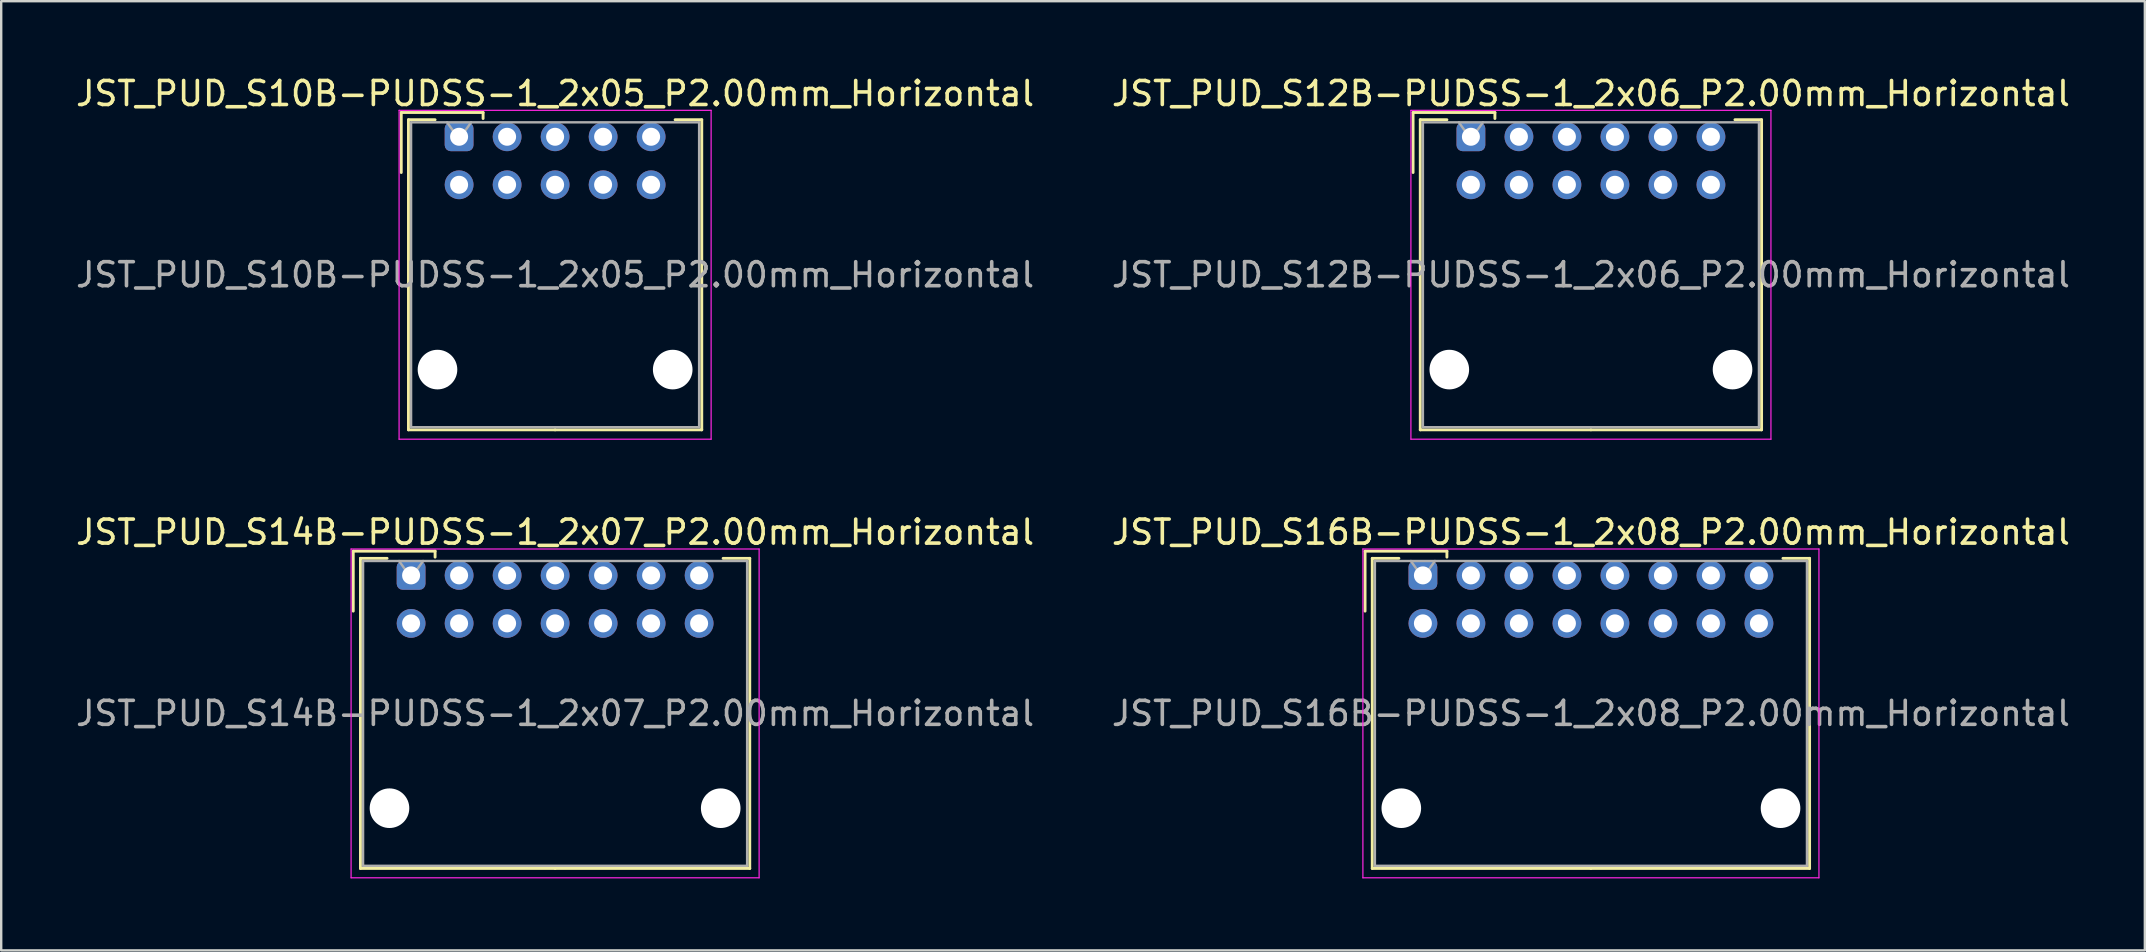
<source format=kicad_pcb>
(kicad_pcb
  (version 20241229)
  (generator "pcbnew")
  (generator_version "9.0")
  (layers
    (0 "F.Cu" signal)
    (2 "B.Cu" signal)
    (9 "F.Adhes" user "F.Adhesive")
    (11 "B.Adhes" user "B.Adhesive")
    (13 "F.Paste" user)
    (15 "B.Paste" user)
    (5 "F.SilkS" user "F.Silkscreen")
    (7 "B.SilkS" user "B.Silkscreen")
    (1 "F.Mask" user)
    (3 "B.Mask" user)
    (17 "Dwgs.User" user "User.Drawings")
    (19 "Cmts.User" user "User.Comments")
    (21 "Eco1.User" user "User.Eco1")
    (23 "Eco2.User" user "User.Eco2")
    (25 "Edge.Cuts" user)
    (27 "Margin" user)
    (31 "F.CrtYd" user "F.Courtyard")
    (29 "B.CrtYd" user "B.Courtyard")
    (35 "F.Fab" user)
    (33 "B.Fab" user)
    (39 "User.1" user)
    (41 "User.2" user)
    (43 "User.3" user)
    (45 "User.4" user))
  (footprint "JST_PUD_S12B-PUDSS-1_2x06_P2.00mm_Horizontal"
    (layer "F.Cu")
    (at 58.232 2.648)
    (property "Reference" "JST_PUD_S12B-PUDSS-1_2x06_P2.00mm_Horizontal" (at 5 -1.8 0) (layer "F.SilkS") (effects (font (size 1 1) (thickness 0.15))))
    (attr through_hole)
    (fp_line (start -2.41 -1.01) (end -2.41 1.49) (stroke (width 0.12) (type solid)) (layer "F.SilkS"))
    (fp_line (start -2.11 -0.71) (end -2.11 12.21) (stroke (width 0.12) (type solid)) (layer "F.SilkS"))
    (fp_line (start -2.11 12.21) (end 5 12.21) (stroke (width 0.12) (type solid)) (layer "F.SilkS"))
    (fp_line (start -1 -0.71) (end -2.11 -0.71) (stroke (width 0.12) (type solid)) (layer "F.SilkS"))
    (fp_line (start 1 -1.01) (end -2.41 -1.01) (stroke (width 0.12) (type solid)) (layer "F.SilkS"))
    (fp_line (start 1 -0.76) (end 1 -1.01) (stroke (width 0.12) (type solid)) (layer "F.SilkS"))
    (fp_line (start 11 -0.71) (end 12.11 -0.71) (stroke (width 0.12) (type solid)) (layer "F.SilkS"))
    (fp_line (start 12.11 -0.71) (end 12.11 12.21) (stroke (width 0.12) (type solid)) (layer "F.SilkS"))
    (fp_line (start 12.11 12.21) (end 5 12.21) (stroke (width 0.12) (type solid)) (layer "F.SilkS"))
    (fp_line (start -2.5 -1.1) (end -2.5 12.6) (stroke (width 0.05) (type solid)) (layer "F.CrtYd"))
    (fp_line (start -2.5 12.6) (end 12.5 12.6) (stroke (width 0.05) (type solid)) (layer "F.CrtYd"))
    (fp_line (start 12.5 -1.1) (end -2.5 -1.1) (stroke (width 0.05) (type solid)) (layer "F.CrtYd"))
    (fp_line (start 12.5 12.6) (end 12.5 -1.1) (stroke (width 0.05) (type solid)) (layer "F.CrtYd"))
    (fp_line (start -2 -0.6) (end -2 12.1) (stroke (width 0.1) (type solid)) (layer "F.Fab"))
    (fp_line (start -2 12.1) (end 12 12.1) (stroke (width 0.1) (type solid)) (layer "F.Fab"))
    (fp_line (start 0 0.107) (end -0.5 -0.6) (stroke (width 0.1) (type solid)) (layer "F.Fab"))
    (fp_line (start 0.5 -0.6) (end 0 0.107) (stroke (width 0.1) (type solid)) (layer "F.Fab"))
    (fp_line (start 12 -0.6) (end -2 -0.6) (stroke (width 0.1) (type solid)) (layer "F.Fab"))
    (fp_line (start 12 12.1) (end 12 -0.6) (stroke (width 0.1) (type solid)) (layer "F.Fab"))
    (fp_text user "${REFERENCE}" (at 5 5.75 0) (layer "F.Fab") (effects (font (size 1 1) (thickness 0.15))))
    (pad "" np_thru_hole circle (at -0.9 9.7) (size 1.65 1.65) (drill 1.65) (layers "*.Cu" "*.Mask"))
    (pad "" np_thru_hole circle (at 10.9 9.7) (size 1.65 1.65) (drill 1.65) (layers "*.Cu" "*.Mask"))
    (pad "1" thru_hole roundrect (at 0 0) (size 1.2 1.2) (drill 0.75) (layers "*.Cu" "*.Mask") (roundrect_rratio 0.208))
    (pad "2" thru_hole circle (at 0 2) (size 1.2 1.2) (drill 0.75) (layers "*.Cu" "*.Mask"))
    (pad "3" thru_hole circle (at 2 0) (size 1.2 1.2) (drill 0.75) (layers "*.Cu" "*.Mask"))
    (pad "4" thru_hole circle (at 2 2) (size 1.2 1.2) (drill 0.75) (layers "*.Cu" "*.Mask"))
    (pad "5" thru_hole circle (at 4 0) (size 1.2 1.2) (drill 0.75) (layers "*.Cu" "*.Mask"))
    (pad "6" thru_hole circle (at 4 2) (size 1.2 1.2) (drill 0.75) (layers "*.Cu" "*.Mask"))
    (pad "7" thru_hole circle (at 6 0) (size 1.2 1.2) (drill 0.75) (layers "*.Cu" "*.Mask"))
    (pad "8" thru_hole circle (at 6 2) (size 1.2 1.2) (drill 0.75) (layers "*.Cu" "*.Mask"))
    (pad "9" thru_hole circle (at 8 0) (size 1.2 1.2) (drill 0.75) (layers "*.Cu" "*.Mask"))
    (pad "10" thru_hole circle (at 8 2) (size 1.2 1.2) (drill 0.75) (layers "*.Cu" "*.Mask"))
    (pad "11" thru_hole circle (at 10 0) (size 1.2 1.2) (drill 0.75) (layers "*.Cu" "*.Mask"))
    (pad "12" thru_hole circle (at 10 2) (size 1.2 1.2) (drill 0.75) (layers "*.Cu" "*.Mask")))
  (footprint "JST_PUD_S10B-PUDSS-1_2x05_P2.00mm_Horizontal"
    (layer "F.Cu")
    (at 16.077 2.648)
    (property "Reference" "JST_PUD_S10B-PUDSS-1_2x05_P2.00mm_Horizontal" (at 4 -1.8 0) (layer "F.SilkS") (effects (font (size 1 1) (thickness 0.15))))
    (attr through_hole)
    (fp_line (start -2.41 -1.01) (end -2.41 1.49) (stroke (width 0.12) (type solid)) (layer "F.SilkS"))
    (fp_line (start -2.11 -0.71) (end -2.11 12.21) (stroke (width 0.12) (type solid)) (layer "F.SilkS"))
    (fp_line (start -2.11 12.21) (end 4 12.21) (stroke (width 0.12) (type solid)) (layer "F.SilkS"))
    (fp_line (start -1 -0.71) (end -2.11 -0.71) (stroke (width 0.12) (type solid)) (layer "F.SilkS"))
    (fp_line (start 1 -1.01) (end -2.41 -1.01) (stroke (width 0.12) (type solid)) (layer "F.SilkS"))
    (fp_line (start 1 -0.76) (end 1 -1.01) (stroke (width 0.12) (type solid)) (layer "F.SilkS"))
    (fp_line (start 9 -0.71) (end 10.11 -0.71) (stroke (width 0.12) (type solid)) (layer "F.SilkS"))
    (fp_line (start 10.11 -0.71) (end 10.11 12.21) (stroke (width 0.12) (type solid)) (layer "F.SilkS"))
    (fp_line (start 10.11 12.21) (end 4 12.21) (stroke (width 0.12) (type solid)) (layer "F.SilkS"))
    (fp_line (start -2.5 -1.1) (end -2.5 12.6) (stroke (width 0.05) (type solid)) (layer "F.CrtYd"))
    (fp_line (start -2.5 12.6) (end 10.5 12.6) (stroke (width 0.05) (type solid)) (layer "F.CrtYd"))
    (fp_line (start 10.5 -1.1) (end -2.5 -1.1) (stroke (width 0.05) (type solid)) (layer "F.CrtYd"))
    (fp_line (start 10.5 12.6) (end 10.5 -1.1) (stroke (width 0.05) (type solid)) (layer "F.CrtYd"))
    (fp_line (start -2 -0.6) (end -2 12.1) (stroke (width 0.1) (type solid)) (layer "F.Fab"))
    (fp_line (start -2 12.1) (end 10 12.1) (stroke (width 0.1) (type solid)) (layer "F.Fab"))
    (fp_line (start 0 0.107) (end -0.5 -0.6) (stroke (width 0.1) (type solid)) (layer "F.Fab"))
    (fp_line (start 0.5 -0.6) (end 0 0.107) (stroke (width 0.1) (type solid)) (layer "F.Fab"))
    (fp_line (start 10 -0.6) (end -2 -0.6) (stroke (width 0.1) (type solid)) (layer "F.Fab"))
    (fp_line (start 10 12.1) (end 10 -0.6) (stroke (width 0.1) (type solid)) (layer "F.Fab"))
    (fp_text user "${REFERENCE}" (at 4 5.75 0) (layer "F.Fab") (effects (font (size 1 1) (thickness 0.15))))
    (pad "" np_thru_hole circle (at -0.9 9.7) (size 1.65 1.65) (drill 1.65) (layers "*.Cu" "*.Mask"))
    (pad "" np_thru_hole circle (at 8.9 9.7) (size 1.65 1.65) (drill 1.65) (layers "*.Cu" "*.Mask"))
    (pad "1" thru_hole roundrect (at 0 0) (size 1.2 1.2) (drill 0.75) (layers "*.Cu" "*.Mask") (roundrect_rratio 0.208))
    (pad "2" thru_hole circle (at 0 2) (size 1.2 1.2) (drill 0.75) (layers "*.Cu" "*.Mask"))
    (pad "3" thru_hole circle (at 2 0) (size 1.2 1.2) (drill 0.75) (layers "*.Cu" "*.Mask"))
    (pad "4" thru_hole circle (at 2 2) (size 1.2 1.2) (drill 0.75) (layers "*.Cu" "*.Mask"))
    (pad "5" thru_hole circle (at 4 0) (size 1.2 1.2) (drill 0.75) (layers "*.Cu" "*.Mask"))
    (pad "6" thru_hole circle (at 4 2) (size 1.2 1.2) (drill 0.75) (layers "*.Cu" "*.Mask"))
    (pad "7" thru_hole circle (at 6 0) (size 1.2 1.2) (drill 0.75) (layers "*.Cu" "*.Mask"))
    (pad "8" thru_hole circle (at 6 2) (size 1.2 1.2) (drill 0.75) (layers "*.Cu" "*.Mask"))
    (pad "9" thru_hole circle (at 8 0) (size 1.2 1.2) (drill 0.75) (layers "*.Cu" "*.Mask"))
    (pad "10" thru_hole circle (at 8 2) (size 1.2 1.2) (drill 0.75) (layers "*.Cu" "*.Mask")))
  (footprint "JST_PUD_S14B-PUDSS-1_2x07_P2.00mm_Horizontal"
    (layer "F.Cu")
    (at 14.077 20.922)
    (property "Reference" "JST_PUD_S14B-PUDSS-1_2x07_P2.00mm_Horizontal" (at 6 -1.8 0) (layer "F.SilkS") (effects (font (size 1 1) (thickness 0.15))))
    (attr through_hole)
    (fp_line (start -2.41 -1.01) (end -2.41 1.49) (stroke (width 0.12) (type solid)) (layer "F.SilkS"))
    (fp_line (start -2.11 -0.71) (end -2.11 12.21) (stroke (width 0.12) (type solid)) (layer "F.SilkS"))
    (fp_line (start -2.11 12.21) (end 6 12.21) (stroke (width 0.12) (type solid)) (layer "F.SilkS"))
    (fp_line (start -1 -0.71) (end -2.11 -0.71) (stroke (width 0.12) (type solid)) (layer "F.SilkS"))
    (fp_line (start 1 -1.01) (end -2.41 -1.01) (stroke (width 0.12) (type solid)) (layer "F.SilkS"))
    (fp_line (start 1 -0.76) (end 1 -1.01) (stroke (width 0.12) (type solid)) (layer "F.SilkS"))
    (fp_line (start 13 -0.71) (end 14.11 -0.71) (stroke (width 0.12) (type solid)) (layer "F.SilkS"))
    (fp_line (start 14.11 -0.71) (end 14.11 12.21) (stroke (width 0.12) (type solid)) (layer "F.SilkS"))
    (fp_line (start 14.11 12.21) (end 6 12.21) (stroke (width 0.12) (type solid)) (layer "F.SilkS"))
    (fp_line (start -2.5 -1.1) (end -2.5 12.6) (stroke (width 0.05) (type solid)) (layer "F.CrtYd"))
    (fp_line (start -2.5 12.6) (end 14.5 12.6) (stroke (width 0.05) (type solid)) (layer "F.CrtYd"))
    (fp_line (start 14.5 -1.1) (end -2.5 -1.1) (stroke (width 0.05) (type solid)) (layer "F.CrtYd"))
    (fp_line (start 14.5 12.6) (end 14.5 -1.1) (stroke (width 0.05) (type solid)) (layer "F.CrtYd"))
    (fp_line (start -2 -0.6) (end -2 12.1) (stroke (width 0.1) (type solid)) (layer "F.Fab"))
    (fp_line (start -2 12.1) (end 14 12.1) (stroke (width 0.1) (type solid)) (layer "F.Fab"))
    (fp_line (start 0 0.107) (end -0.5 -0.6) (stroke (width 0.1) (type solid)) (layer "F.Fab"))
    (fp_line (start 0.5 -0.6) (end 0 0.107) (stroke (width 0.1) (type solid)) (layer "F.Fab"))
    (fp_line (start 14 -0.6) (end -2 -0.6) (stroke (width 0.1) (type solid)) (layer "F.Fab"))
    (fp_line (start 14 12.1) (end 14 -0.6) (stroke (width 0.1) (type solid)) (layer "F.Fab"))
    (fp_text user "${REFERENCE}" (at 6 5.75 0) (layer "F.Fab") (effects (font (size 1 1) (thickness 0.15))))
    (pad "" np_thru_hole circle (at -0.9 9.7) (size 1.65 1.65) (drill 1.65) (layers "*.Cu" "*.Mask"))
    (pad "" np_thru_hole circle (at 12.9 9.7) (size 1.65 1.65) (drill 1.65) (layers "*.Cu" "*.Mask"))
    (pad "1" thru_hole roundrect (at 0 0) (size 1.2 1.2) (drill 0.75) (layers "*.Cu" "*.Mask") (roundrect_rratio 0.208))
    (pad "2" thru_hole circle (at 0 2) (size 1.2 1.2) (drill 0.75) (layers "*.Cu" "*.Mask"))
    (pad "3" thru_hole circle (at 2 0) (size 1.2 1.2) (drill 0.75) (layers "*.Cu" "*.Mask"))
    (pad "4" thru_hole circle (at 2 2) (size 1.2 1.2) (drill 0.75) (layers "*.Cu" "*.Mask"))
    (pad "5" thru_hole circle (at 4 0) (size 1.2 1.2) (drill 0.75) (layers "*.Cu" "*.Mask"))
    (pad "6" thru_hole circle (at 4 2) (size 1.2 1.2) (drill 0.75) (layers "*.Cu" "*.Mask"))
    (pad "7" thru_hole circle (at 6 0) (size 1.2 1.2) (drill 0.75) (layers "*.Cu" "*.Mask"))
    (pad "8" thru_hole circle (at 6 2) (size 1.2 1.2) (drill 0.75) (layers "*.Cu" "*.Mask"))
    (pad "9" thru_hole circle (at 8 0) (size 1.2 1.2) (drill 0.75) (layers "*.Cu" "*.Mask"))
    (pad "10" thru_hole circle (at 8 2) (size 1.2 1.2) (drill 0.75) (layers "*.Cu" "*.Mask"))
    (pad "11" thru_hole circle (at 10 0) (size 1.2 1.2) (drill 0.75) (layers "*.Cu" "*.Mask"))
    (pad "12" thru_hole circle (at 10 2) (size 1.2 1.2) (drill 0.75) (layers "*.Cu" "*.Mask"))
    (pad "13" thru_hole circle (at 12 0) (size 1.2 1.2) (drill 0.75) (layers "*.Cu" "*.Mask"))
    (pad "14" thru_hole circle (at 12 2) (size 1.2 1.2) (drill 0.75) (layers "*.Cu" "*.Mask")))
  (footprint "JST_PUD_S16B-PUDSS-1_2x08_P2.00mm_Horizontal"
    (layer "F.Cu")
    (at 56.232 20.922)
    (property "Reference" "JST_PUD_S16B-PUDSS-1_2x08_P2.00mm_Horizontal" (at 7 -1.8 0) (layer "F.SilkS") (effects (font (size 1 1) (thickness 0.15))))
    (attr through_hole)
    (fp_line (start -2.41 -1.01) (end -2.41 1.49) (stroke (width 0.12) (type solid)) (layer "F.SilkS"))
    (fp_line (start -2.11 -0.71) (end -2.11 12.21) (stroke (width 0.12) (type solid)) (layer "F.SilkS"))
    (fp_line (start -2.11 12.21) (end 7 12.21) (stroke (width 0.12) (type solid)) (layer "F.SilkS"))
    (fp_line (start -1 -0.71) (end -2.11 -0.71) (stroke (width 0.12) (type solid)) (layer "F.SilkS"))
    (fp_line (start 1 -1.01) (end -2.41 -1.01) (stroke (width 0.12) (type solid)) (layer "F.SilkS"))
    (fp_line (start 1 -0.76) (end 1 -1.01) (stroke (width 0.12) (type solid)) (layer "F.SilkS"))
    (fp_line (start 15 -0.71) (end 16.11 -0.71) (stroke (width 0.12) (type solid)) (layer "F.SilkS"))
    (fp_line (start 16.11 -0.71) (end 16.11 12.21) (stroke (width 0.12) (type solid)) (layer "F.SilkS"))
    (fp_line (start 16.11 12.21) (end 7 12.21) (stroke (width 0.12) (type solid)) (layer "F.SilkS"))
    (fp_line (start -2.5 -1.1) (end -2.5 12.6) (stroke (width 0.05) (type solid)) (layer "F.CrtYd"))
    (fp_line (start -2.5 12.6) (end 16.5 12.6) (stroke (width 0.05) (type solid)) (layer "F.CrtYd"))
    (fp_line (start 16.5 -1.1) (end -2.5 -1.1) (stroke (width 0.05) (type solid)) (layer "F.CrtYd"))
    (fp_line (start 16.5 12.6) (end 16.5 -1.1) (stroke (width 0.05) (type solid)) (layer "F.CrtYd"))
    (fp_line (start -2 -0.6) (end -2 12.1) (stroke (width 0.1) (type solid)) (layer "F.Fab"))
    (fp_line (start -2 12.1) (end 16 12.1) (stroke (width 0.1) (type solid)) (layer "F.Fab"))
    (fp_line (start 0 0.107) (end -0.5 -0.6) (stroke (width 0.1) (type solid)) (layer "F.Fab"))
    (fp_line (start 0.5 -0.6) (end 0 0.107) (stroke (width 0.1) (type solid)) (layer "F.Fab"))
    (fp_line (start 16 -0.6) (end -2 -0.6) (stroke (width 0.1) (type solid)) (layer "F.Fab"))
    (fp_line (start 16 12.1) (end 16 -0.6) (stroke (width 0.1) (type solid)) (layer "F.Fab"))
    (fp_text user "${REFERENCE}" (at 7 5.75 0) (layer "F.Fab") (effects (font (size 1 1) (thickness 0.15))))
    (pad "" np_thru_hole circle (at -0.9 9.7) (size 1.65 1.65) (drill 1.65) (layers "*.Cu" "*.Mask"))
    (pad "" np_thru_hole circle (at 14.9 9.7) (size 1.65 1.65) (drill 1.65) (layers "*.Cu" "*.Mask"))
    (pad "1" thru_hole roundrect (at 0 0) (size 1.2 1.2) (drill 0.75) (layers "*.Cu" "*.Mask") (roundrect_rratio 0.208))
    (pad "2" thru_hole circle (at 0 2) (size 1.2 1.2) (drill 0.75) (layers "*.Cu" "*.Mask"))
    (pad "3" thru_hole circle (at 2 0) (size 1.2 1.2) (drill 0.75) (layers "*.Cu" "*.Mask"))
    (pad "4" thru_hole circle (at 2 2) (size 1.2 1.2) (drill 0.75) (layers "*.Cu" "*.Mask"))
    (pad "5" thru_hole circle (at 4 0) (size 1.2 1.2) (drill 0.75) (layers "*.Cu" "*.Mask"))
    (pad "6" thru_hole circle (at 4 2) (size 1.2 1.2) (drill 0.75) (layers "*.Cu" "*.Mask"))
    (pad "7" thru_hole circle (at 6 0) (size 1.2 1.2) (drill 0.75) (layers "*.Cu" "*.Mask"))
    (pad "8" thru_hole circle (at 6 2) (size 1.2 1.2) (drill 0.75) (layers "*.Cu" "*.Mask"))
    (pad "9" thru_hole circle (at 8 0) (size 1.2 1.2) (drill 0.75) (layers "*.Cu" "*.Mask"))
    (pad "10" thru_hole circle (at 8 2) (size 1.2 1.2) (drill 0.75) (layers "*.Cu" "*.Mask"))
    (pad "11" thru_hole circle (at 10 0) (size 1.2 1.2) (drill 0.75) (layers "*.Cu" "*.Mask"))
    (pad "12" thru_hole circle (at 10 2) (size 1.2 1.2) (drill 0.75) (layers "*.Cu" "*.Mask"))
    (pad "13" thru_hole circle (at 12 0) (size 1.2 1.2) (drill 0.75) (layers "*.Cu" "*.Mask"))
    (pad "14" thru_hole circle (at 12 2) (size 1.2 1.2) (drill 0.75) (layers "*.Cu" "*.Mask"))
    (pad "15" thru_hole circle (at 14 0) (size 1.2 1.2) (drill 0.75) (layers "*.Cu" "*.Mask"))
    (pad "16" thru_hole circle (at 14 2) (size 1.2 1.2) (drill 0.75) (layers "*.Cu" "*.Mask")))
  (gr_rect
    (start -3 -3)
    (end 86.31 36.547)
    (stroke (width 0.1) (type default))
    (fill no)
    (layer "Edge.Cuts")))
</source>
